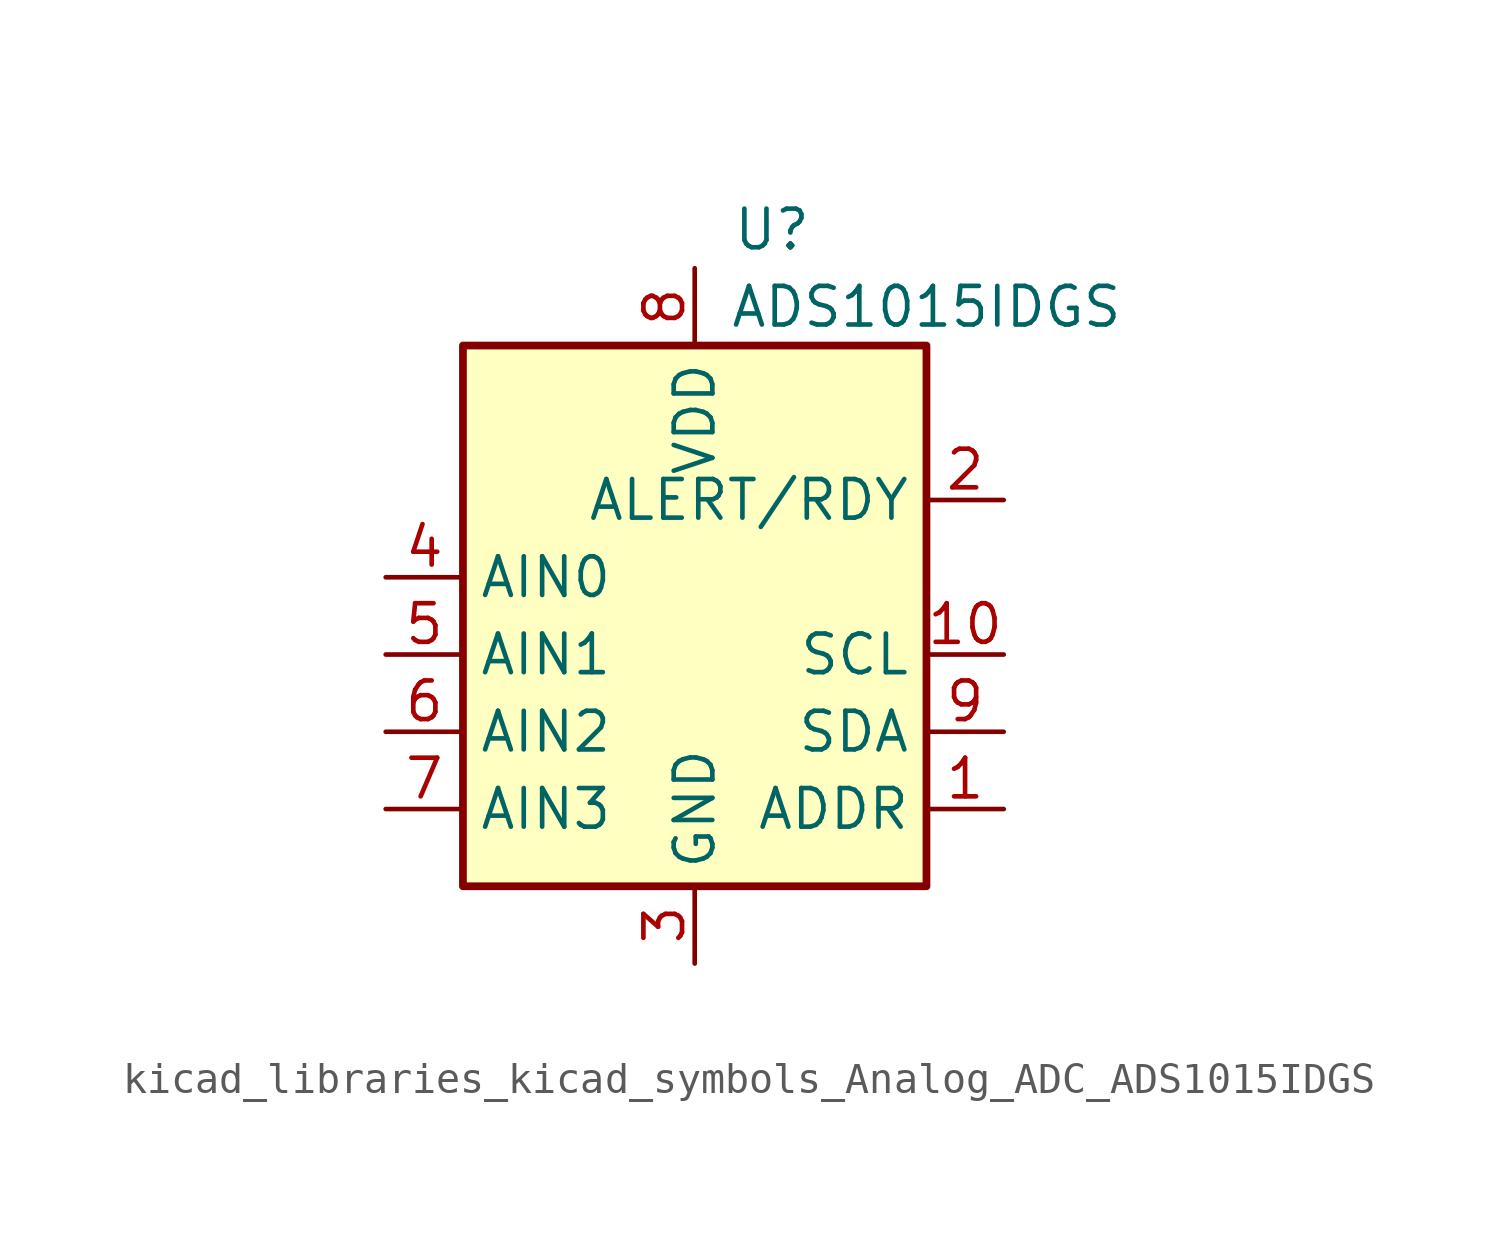
<source format=kicad_sym>
(kicad_symbol_lib
  (version 20220914)
  (generator kicad_symbol_editor)
  (symbol "kicad_libraries_kicad_symbols_Analog_ADC_ADS1015IDGS"
    (property "Reference" "U"
      (at 2.54 13.97 0)
      (effects (font (size 1.27 1.27))))
    (property "Value" "ADS1015IDGS"
      (at 7.62 11.43 0)
      (effects (font (size 1.27 1.27))))
    (symbol "kicad_libraries_kicad_symbols_Analog_ADC_ADS1015IDGS_0_1"
      (rectangle (start -7.62 10.16) (end 7.62 -7.62) (stroke (width 0.254) (type default)) (fill (type background))))
    (symbol "kicad_libraries_kicad_symbols_Analog_ADC_ADS1015IDGS_1_1"
      (pin input line (at 10.16 -5.08 180) (length 2.54) (name "ADDR" (effects (font (size 1.27 1.27)))) (number "1" (effects (font (size 1.27 1.27)))))
      (pin input line (at 10.16 0 180) (length 2.54) (name "SCL" (effects (font (size 1.27 1.27)))) (number "10" (effects (font (size 1.27 1.27)))))
      (pin output line (at 10.16 5.08 180) (length 2.54) (name "ALERT/RDY" (effects (font (size 1.27 1.27)))) (number "2" (effects (font (size 1.27 1.27)))))
      (pin power_in line (at 0 -10.16 90) (length 2.54) (name "GND" (effects (font (size 1.27 1.27)))) (number "3" (effects (font (size 1.27 1.27)))))
      (pin input line (at -10.16 2.54 0) (length 2.54) (name "AIN0" (effects (font (size 1.27 1.27)))) (number "4" (effects (font (size 1.27 1.27)))))
      (pin input line (at -10.16 0 0) (length 2.54) (name "AIN1" (effects (font (size 1.27 1.27)))) (number "5" (effects (font (size 1.27 1.27)))))
      (pin input line (at -10.16 -2.54 0) (length 2.54) (name "AIN2" (effects (font (size 1.27 1.27)))) (number "6" (effects (font (size 1.27 1.27)))))
      (pin input line (at -10.16 -5.08 0) (length 2.54) (name "AIN3" (effects (font (size 1.27 1.27)))) (number "7" (effects (font (size 1.27 1.27)))))
      (pin power_in line (at 0 12.7 270) (length 2.54) (name "VDD" (effects (font (size 1.27 1.27)))) (number "8" (effects (font (size 1.27 1.27)))))
      (pin bidirectional line (at 10.16 -2.54 180) (length 2.54) (name "SDA" (effects (font (size 1.27 1.27)))) (number "9" (effects (font (size 1.27 1.27))))))))
</source>
